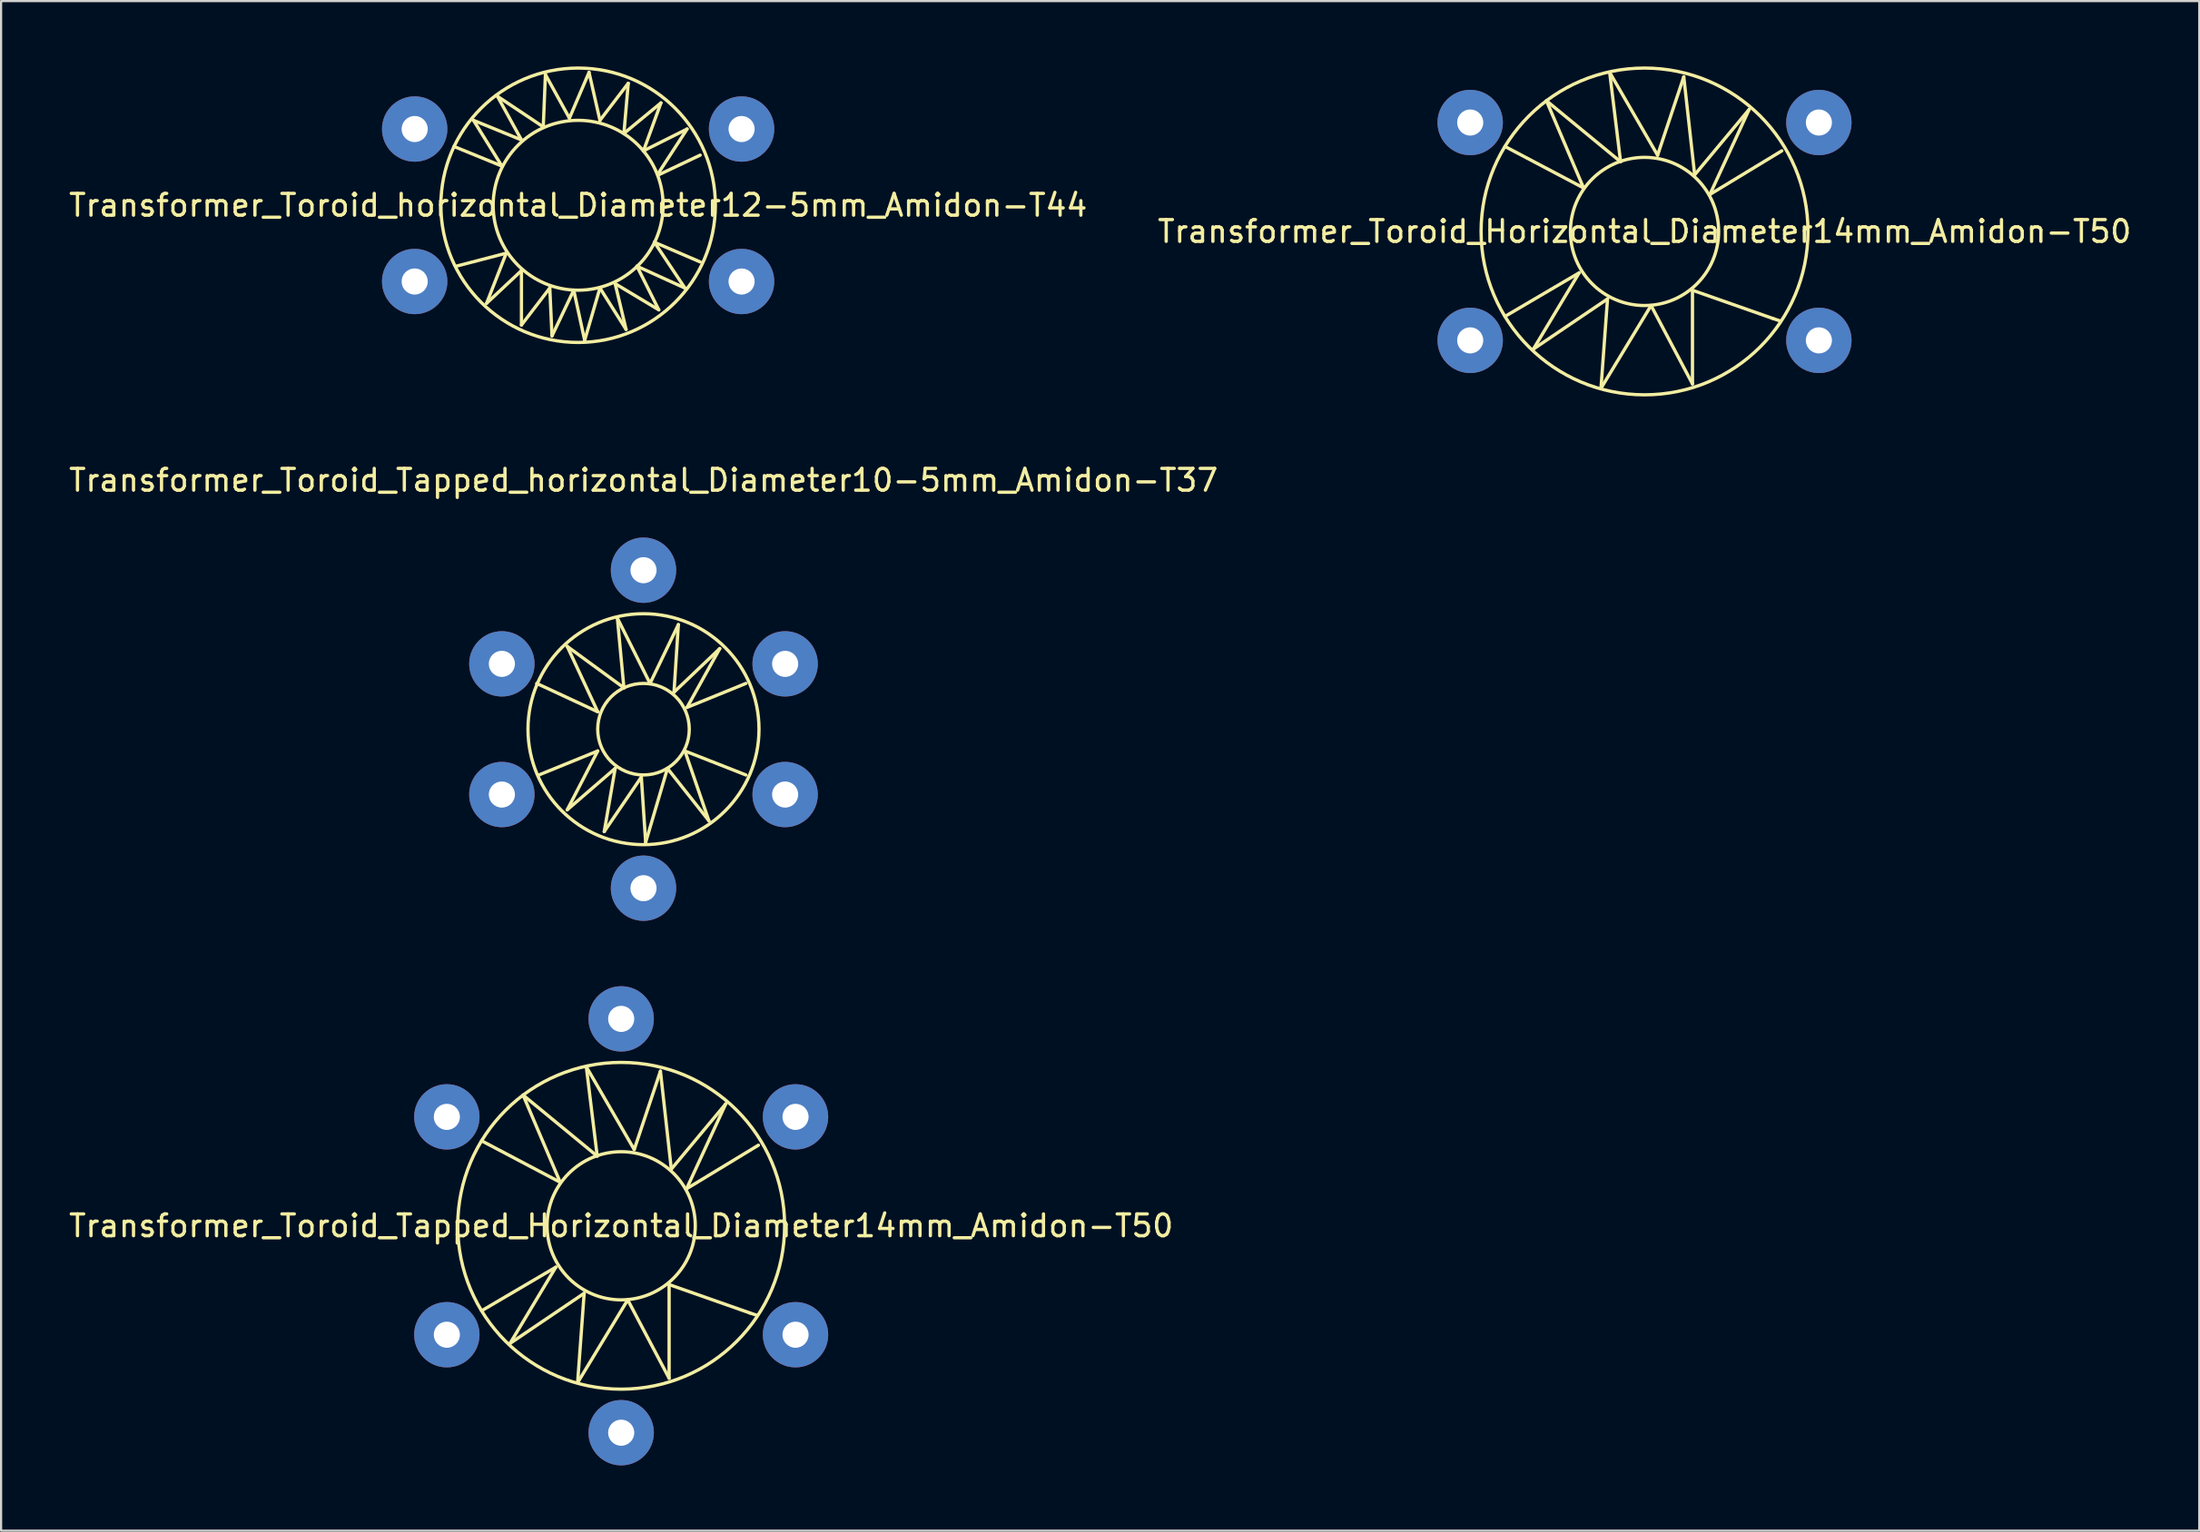
<source format=kicad_pcb>
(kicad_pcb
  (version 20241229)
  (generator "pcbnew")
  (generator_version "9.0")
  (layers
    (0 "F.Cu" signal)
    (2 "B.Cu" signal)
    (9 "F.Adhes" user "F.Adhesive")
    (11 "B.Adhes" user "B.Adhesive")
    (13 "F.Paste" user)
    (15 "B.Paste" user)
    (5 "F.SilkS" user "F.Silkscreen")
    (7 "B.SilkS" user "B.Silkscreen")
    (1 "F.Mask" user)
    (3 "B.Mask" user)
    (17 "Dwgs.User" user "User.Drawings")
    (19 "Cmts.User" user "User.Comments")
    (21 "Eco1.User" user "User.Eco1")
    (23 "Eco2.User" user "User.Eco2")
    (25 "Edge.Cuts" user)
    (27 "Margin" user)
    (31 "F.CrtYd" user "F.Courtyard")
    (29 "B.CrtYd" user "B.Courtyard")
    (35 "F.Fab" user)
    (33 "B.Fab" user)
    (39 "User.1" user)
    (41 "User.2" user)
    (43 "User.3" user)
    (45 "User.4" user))
  (footprint "Transformer_Toroid_Horizontal_Diameter14mm_Amidon-T50"
    (layer "F.Cu")
    (at 72.423 7.576)
    (property "Reference" "Transformer_Toroid_Horizontal_Diameter14mm_Amidon-T50" (at 0 0 0) (layer "F.SilkS") (effects (font (size 1 1) (thickness 0.15))))
    (attr through_hole)
    (fp_line (start -6.401 -3.899) (end -2.799 -1.999) (stroke (width 0.15) (type solid)) (layer "F.SilkS"))
    (fp_line (start -6.401 3.899) (end -3 1.9) (stroke (width 0.15) (type solid)) (layer "F.SilkS"))
    (fp_line (start -5.1 5.4) (end -1.699 3.099) (stroke (width 0.15) (type solid)) (layer "F.SilkS"))
    (fp_line (start -4.501 -5.999) (end -1.1 -3.2) (stroke (width 0.15) (type solid)) (layer "F.SilkS"))
    (fp_line (start -3 1.9) (end -5.1 5.4) (stroke (width 0.15) (type solid)) (layer "F.SilkS"))
    (fp_line (start -2.799 -1.999) (end -4.501 -5.999) (stroke (width 0.15) (type solid)) (layer "F.SilkS"))
    (fp_line (start -1.999 7.201) (end 0.3 3.401) (stroke (width 0.15) (type solid)) (layer "F.SilkS"))
    (fp_line (start -1.699 3.099) (end -1.999 7.201) (stroke (width 0.15) (type solid)) (layer "F.SilkS"))
    (fp_line (start -1.6 -7.3) (end 0.599 -3.5) (stroke (width 0.15) (type solid)) (layer "F.SilkS"))
    (fp_line (start -1.1 -3.2) (end -1.6 -7.3) (stroke (width 0.15) (type solid)) (layer "F.SilkS"))
    (fp_line (start 0.3 3.401) (end 2.2 7) (stroke (width 0.15) (type solid)) (layer "F.SilkS"))
    (fp_line (start 0.599 -3.5) (end 1.801 -7.099) (stroke (width 0.15) (type solid)) (layer "F.SilkS"))
    (fp_line (start 1.801 -7.099) (end 2.301 -2.601) (stroke (width 0.15) (type solid)) (layer "F.SilkS"))
    (fp_line (start 2.2 2.7) (end 5.9 4) (stroke (width 0.15) (type solid)) (layer "F.SilkS"))
    (fp_line (start 2.2 7) (end 2.2 2.7) (stroke (width 0.15) (type solid)) (layer "F.SilkS"))
    (fp_line (start 2.301 -2.601) (end 4.801 -5.601) (stroke (width 0.15) (type solid)) (layer "F.SilkS"))
    (fp_line (start 3 -1.699) (end 6.299 -3.701) (stroke (width 0.15) (type solid)) (layer "F.SilkS"))
    (fp_line (start 4.801 -5.601) (end 3 -1.699) (stroke (width 0.15) (type solid)) (layer "F.SilkS"))
    (fp_line (start 5.9 4) (end 6.2 4.1) (stroke (width 0.15) (type solid)) (layer "F.SilkS"))
    (fp_circle (center 0 0) (end 3.401 0) (stroke (width 0.15) (type solid)) (fill no) (layer "F.SilkS"))
    (fp_circle (center 0 0) (end 7.501 0) (stroke (width 0.15) (type solid)) (fill no) (layer "F.SilkS"))
    (pad "1" thru_hole circle (at -8.001 5.001) (size 3 3) (drill 1.199) (layers "*.Cu" "*.Mask"))
    (pad "2" thru_hole circle (at 8.001 5.001) (size 3 3) (drill 1.199) (layers "*.Cu" "*.Mask"))
    (pad "3" thru_hole circle (at -8.001 -5.001) (size 3 3) (drill 1.199) (layers "*.Cu" "*.Mask"))
    (pad "4" thru_hole circle (at 8.001 -5.001) (size 3 3) (drill 1.199) (layers "*.Cu" "*.Mask")))
  (footprint "Transformer_Toroid_horizontal_Diameter12-5mm_Amidon-T44"
    (layer "F.Cu")
    (at 23.482 6.374)
    (property "Reference" "Transformer_Toroid_horizontal_Diameter12-5mm_Amidon-T44" (at 0 0 0) (layer "F.SilkS") (effects (font (size 1 1) (thickness 0.15))))
    (attr through_hole)
    (fp_line (start -5.7 -2.7) (end -3.5 -1.801) (stroke (width 0.15) (type solid)) (layer "F.SilkS"))
    (fp_line (start -5.601 2.799) (end -3.299 2.2) (stroke (width 0.15) (type solid)) (layer "F.SilkS"))
    (fp_line (start -4.801 -3.899) (end -2.601 -3) (stroke (width 0.15) (type solid)) (layer "F.SilkS"))
    (fp_line (start -4.201 4.501) (end -2.601 3) (stroke (width 0.15) (type solid)) (layer "F.SilkS"))
    (fp_line (start -3.701 -5.001) (end -1.6 -3.599) (stroke (width 0.15) (type solid)) (layer "F.SilkS"))
    (fp_line (start -3.5 -1.801) (end -4.801 -3.899) (stroke (width 0.15) (type solid)) (layer "F.SilkS"))
    (fp_line (start -3.299 2.2) (end -4.201 4.501) (stroke (width 0.15) (type solid)) (layer "F.SilkS"))
    (fp_line (start -2.601 -3) (end -3.701 -5.001) (stroke (width 0.15) (type solid)) (layer "F.SilkS"))
    (fp_line (start -2.601 3) (end -2.601 5.499) (stroke (width 0.15) (type solid)) (layer "F.SilkS"))
    (fp_line (start -2.601 5.499) (end -1.3 3.8) (stroke (width 0.15) (type solid)) (layer "F.SilkS"))
    (fp_line (start -1.6 -3.599) (end -1.501 -5.999) (stroke (width 0.15) (type solid)) (layer "F.SilkS"))
    (fp_line (start -1.501 -5.999) (end -0.399 -4) (stroke (width 0.15) (type solid)) (layer "F.SilkS"))
    (fp_line (start -1.3 3.8) (end -1.199 5.999) (stroke (width 0.15) (type solid)) (layer "F.SilkS"))
    (fp_line (start -1.199 5.999) (end -0.201 3.899) (stroke (width 0.15) (type solid)) (layer "F.SilkS"))
    (fp_line (start -0.399 -4) (end 0.5 -6.101) (stroke (width 0.15) (type solid)) (layer "F.SilkS"))
    (fp_line (start -0.201 3.899) (end 0.3 6.2) (stroke (width 0.15) (type solid)) (layer "F.SilkS"))
    (fp_line (start 0.3 6.2) (end 1.001 3.8) (stroke (width 0.15) (type solid)) (layer "F.SilkS"))
    (fp_line (start 0.5 -6.101) (end 1.001 -3.899) (stroke (width 0.15) (type solid)) (layer "F.SilkS"))
    (fp_line (start 1.001 -3.899) (end 2.301 -5.601) (stroke (width 0.15) (type solid)) (layer "F.SilkS"))
    (fp_line (start 1.001 3.8) (end 2.2 5.7) (stroke (width 0.15) (type solid)) (layer "F.SilkS"))
    (fp_line (start 1.699 3.599) (end 3.701 4.801) (stroke (width 0.15) (type solid)) (layer "F.SilkS"))
    (fp_line (start 2.101 -3.299) (end 3.8 -4.699) (stroke (width 0.15) (type solid)) (layer "F.SilkS"))
    (fp_line (start 2.2 5.7) (end 1.699 3.599) (stroke (width 0.15) (type solid)) (layer "F.SilkS"))
    (fp_line (start 2.301 -5.601) (end 2.101 -3.299) (stroke (width 0.15) (type solid)) (layer "F.SilkS"))
    (fp_line (start 2.7 2.799) (end 4.9 3.8) (stroke (width 0.15) (type solid)) (layer "F.SilkS"))
    (fp_line (start 3 -2.499) (end 5.001 -3.5) (stroke (width 0.15) (type solid)) (layer "F.SilkS"))
    (fp_line (start 3.5 1.699) (end 5.601 2.601) (stroke (width 0.15) (type solid)) (layer "F.SilkS"))
    (fp_line (start 3.701 -1.4) (end 5.601 -2.301) (stroke (width 0.15) (type solid)) (layer "F.SilkS"))
    (fp_line (start 3.701 4.801) (end 2.7 2.799) (stroke (width 0.15) (type solid)) (layer "F.SilkS"))
    (fp_line (start 3.8 -4.699) (end 3 -2.499) (stroke (width 0.15) (type solid)) (layer "F.SilkS"))
    (fp_line (start 4.9 3.8) (end 3.5 1.699) (stroke (width 0.15) (type solid)) (layer "F.SilkS"))
    (fp_line (start 5.001 -3.5) (end 3.701 -1.501) (stroke (width 0.15) (type solid)) (layer "F.SilkS"))
    (fp_circle (center 0 0) (end 3.899 0) (stroke (width 0.15) (type solid)) (fill no) (layer "F.SilkS"))
    (fp_circle (center 0 0) (end 6.299 0) (stroke (width 0.15) (type solid)) (fill no) (layer "F.SilkS"))
    (pad "1" thru_hole circle (at -7.501 3.5) (size 3 3) (drill 1.199) (layers "*.Cu" "*.Mask"))
    (pad "2" thru_hole circle (at 7.501 3.5) (size 3 3) (drill 1.199) (layers "*.Cu" "*.Mask"))
    (pad "3" thru_hole circle (at -7.501 -3.5) (size 3 3) (drill 1.199) (layers "*.Cu" "*.Mask"))
    (pad "4" thru_hole circle (at 7.501 -3.5) (size 3 3) (drill 1.199) (layers "*.Cu" "*.Mask")))
  (footprint "Transformer_Toroid_Tapped_horizontal_Diameter10-5mm_Amidon-T37"
    (layer "F.Cu")
    (at 26.482 30.429)
    (property "Reference" "Transformer_Toroid_Tapped_horizontal_Diameter10-5mm_Amidon-T37" (at 0 -11.43 0) (layer "F.SilkS") (effects (font (size 1 1) (thickness 0.15))))
    (attr through_hole)
    (fp_line (start -4.9 -2.101) (end -2.101 -0.8) (stroke (width 0.15) (type solid)) (layer "F.SilkS"))
    (fp_line (start -4.801 2.101) (end -2.101 1.001) (stroke (width 0.15) (type solid)) (layer "F.SilkS"))
    (fp_line (start -3.5 -3.8) (end -0.899 -1.9) (stroke (width 0.15) (type solid)) (layer "F.SilkS"))
    (fp_line (start -3.5 3.701) (end -1.3 1.801) (stroke (width 0.15) (type solid)) (layer "F.SilkS"))
    (fp_line (start -2.101 -0.8) (end -3.5 -3.8) (stroke (width 0.15) (type solid)) (layer "F.SilkS"))
    (fp_line (start -2.101 1.001) (end -3.5 3.701) (stroke (width 0.15) (type solid)) (layer "F.SilkS"))
    (fp_line (start -1.801 4.699) (end -0.099 2.2) (stroke (width 0.15) (type solid)) (layer "F.SilkS"))
    (fp_line (start -1.3 1.801) (end -1.801 4.699) (stroke (width 0.15) (type solid)) (layer "F.SilkS"))
    (fp_line (start -1.199 -5.1) (end 0.3 -2.101) (stroke (width 0.15) (type solid)) (layer "F.SilkS"))
    (fp_line (start -0.899 -1.9) (end -1.199 -5.1) (stroke (width 0.15) (type solid)) (layer "F.SilkS"))
    (fp_line (start -0.099 2.2) (end 0.099 5.199) (stroke (width 0.15) (type solid)) (layer "F.SilkS"))
    (fp_line (start 0.099 5.199) (end 1.1 1.801) (stroke (width 0.15) (type solid)) (layer "F.SilkS"))
    (fp_line (start 0.3 -2.101) (end 1.6 -4.801) (stroke (width 0.15) (type solid)) (layer "F.SilkS"))
    (fp_line (start 1.1 1.801) (end 3 4.201) (stroke (width 0.15) (type solid)) (layer "F.SilkS"))
    (fp_line (start 1.4 -1.699) (end 3.5 -3.701) (stroke (width 0.15) (type solid)) (layer "F.SilkS"))
    (fp_line (start 1.6 -4.801) (end 1.4 -1.699) (stroke (width 0.15) (type solid)) (layer "F.SilkS"))
    (fp_line (start 1.9 1.001) (end 4.699 2.101) (stroke (width 0.15) (type solid)) (layer "F.SilkS"))
    (fp_line (start 1.999 -1.001) (end 4.699 -2.101) (stroke (width 0.15) (type solid)) (layer "F.SilkS"))
    (fp_line (start 3 4.201) (end 1.9 1.001) (stroke (width 0.15) (type solid)) (layer "F.SilkS"))
    (fp_line (start 3.5 -3.701) (end 1.999 -1.001) (stroke (width 0.15) (type solid)) (layer "F.SilkS"))
    (fp_circle (center 0 0) (end 2.101 0) (stroke (width 0.15) (type solid)) (fill no) (layer "F.SilkS"))
    (fp_circle (center 0 0) (end 5.301 0) (stroke (width 0.15) (type solid)) (fill no) (layer "F.SilkS"))
    (pad "1" thru_hole circle (at -6.5 3) (size 3 3) (drill 1.199) (layers "*.Cu" "*.Mask"))
    (pad "2" thru_hole circle (at 0 7.3) (size 3 3) (drill 1.199) (layers "*.Cu" "*.Mask"))
    (pad "3" thru_hole circle (at 6.5 3) (size 3 3) (drill 1.199) (layers "*.Cu" "*.Mask"))
    (pad "4" thru_hole circle (at -6.5 -3) (size 3 3) (drill 1.199) (layers "*.Cu" "*.Mask"))
    (pad "5" thru_hole circle (at 0 -7.3) (size 3 3) (drill 1.199) (layers "*.Cu" "*.Mask"))
    (pad "6" thru_hole circle (at 6.5 -3) (size 3 3) (drill 1.199) (layers "*.Cu" "*.Mask")))
  (footprint "Transformer_Toroid_Tapped_Horizontal_Diameter14mm_Amidon-T50"
    (layer "F.Cu")
    (at 25.458 53.229)
    (property "Reference" "Transformer_Toroid_Tapped_Horizontal_Diameter14mm_Amidon-T50" (at 0 0 0) (layer "F.SilkS") (effects (font (size 1 1) (thickness 0.15))))
    (attr through_hole)
    (fp_line (start -6.401 -3.899) (end -2.799 -1.999) (stroke (width 0.15) (type solid)) (layer "F.SilkS"))
    (fp_line (start -6.401 3.899) (end -3 1.9) (stroke (width 0.15) (type solid)) (layer "F.SilkS"))
    (fp_line (start -5.1 5.4) (end -1.699 3.099) (stroke (width 0.15) (type solid)) (layer "F.SilkS"))
    (fp_line (start -4.501 -5.999) (end -1.1 -3.2) (stroke (width 0.15) (type solid)) (layer "F.SilkS"))
    (fp_line (start -3 1.9) (end -5.1 5.4) (stroke (width 0.15) (type solid)) (layer "F.SilkS"))
    (fp_line (start -2.799 -1.999) (end -4.501 -5.999) (stroke (width 0.15) (type solid)) (layer "F.SilkS"))
    (fp_line (start -1.999 7.201) (end 0.3 3.401) (stroke (width 0.15) (type solid)) (layer "F.SilkS"))
    (fp_line (start -1.699 3.099) (end -1.999 7.201) (stroke (width 0.15) (type solid)) (layer "F.SilkS"))
    (fp_line (start -1.6 -7.3) (end 0.599 -3.5) (stroke (width 0.15) (type solid)) (layer "F.SilkS"))
    (fp_line (start -1.1 -3.2) (end -1.6 -7.3) (stroke (width 0.15) (type solid)) (layer "F.SilkS"))
    (fp_line (start 0.3 3.401) (end 2.2 7) (stroke (width 0.15) (type solid)) (layer "F.SilkS"))
    (fp_line (start 0.599 -3.5) (end 1.801 -7.099) (stroke (width 0.15) (type solid)) (layer "F.SilkS"))
    (fp_line (start 1.801 -7.099) (end 2.301 -2.601) (stroke (width 0.15) (type solid)) (layer "F.SilkS"))
    (fp_line (start 2.2 2.7) (end 5.9 4) (stroke (width 0.15) (type solid)) (layer "F.SilkS"))
    (fp_line (start 2.2 7) (end 2.2 2.7) (stroke (width 0.15) (type solid)) (layer "F.SilkS"))
    (fp_line (start 2.301 -2.601) (end 4.801 -5.601) (stroke (width 0.15) (type solid)) (layer "F.SilkS"))
    (fp_line (start 3 -1.699) (end 6.299 -3.701) (stroke (width 0.15) (type solid)) (layer "F.SilkS"))
    (fp_line (start 4.801 -5.601) (end 3 -1.699) (stroke (width 0.15) (type solid)) (layer "F.SilkS"))
    (fp_line (start 5.9 4) (end 6.2 4.1) (stroke (width 0.15) (type solid)) (layer "F.SilkS"))
    (fp_circle (center 0 0) (end 3.401 0) (stroke (width 0.15) (type solid)) (fill no) (layer "F.SilkS"))
    (fp_circle (center 0 0) (end 7.501 0) (stroke (width 0.15) (type solid)) (fill no) (layer "F.SilkS"))
    (pad "1" thru_hole circle (at -8.001 5.001) (size 3 3) (drill 1.199) (layers "*.Cu" "*.Mask"))
    (pad "2" thru_hole circle (at 0 9.5) (size 3 3) (drill 1.199) (layers "*.Cu" "*.Mask"))
    (pad "3" thru_hole circle (at 8.001 5.001) (size 3 3) (drill 1.199) (layers "*.Cu" "*.Mask"))
    (pad "4" thru_hole circle (at -8.001 -5.001) (size 3 3) (drill 1.199) (layers "*.Cu" "*.Mask"))
    (pad "5" thru_hole circle (at 0 -9.5) (size 3 3) (drill 1.199) (layers "*.Cu" "*.Mask"))
    (pad "6" thru_hole circle (at 8.001 -5.001) (size 3 3) (drill 1.199) (layers "*.Cu" "*.Mask")))
  (gr_rect
    (start -3 -3)
    (end 97.881 67.228)
    (stroke (width 0.1) (type default))
    (fill no)
    (layer "Edge.Cuts")))
</source>
